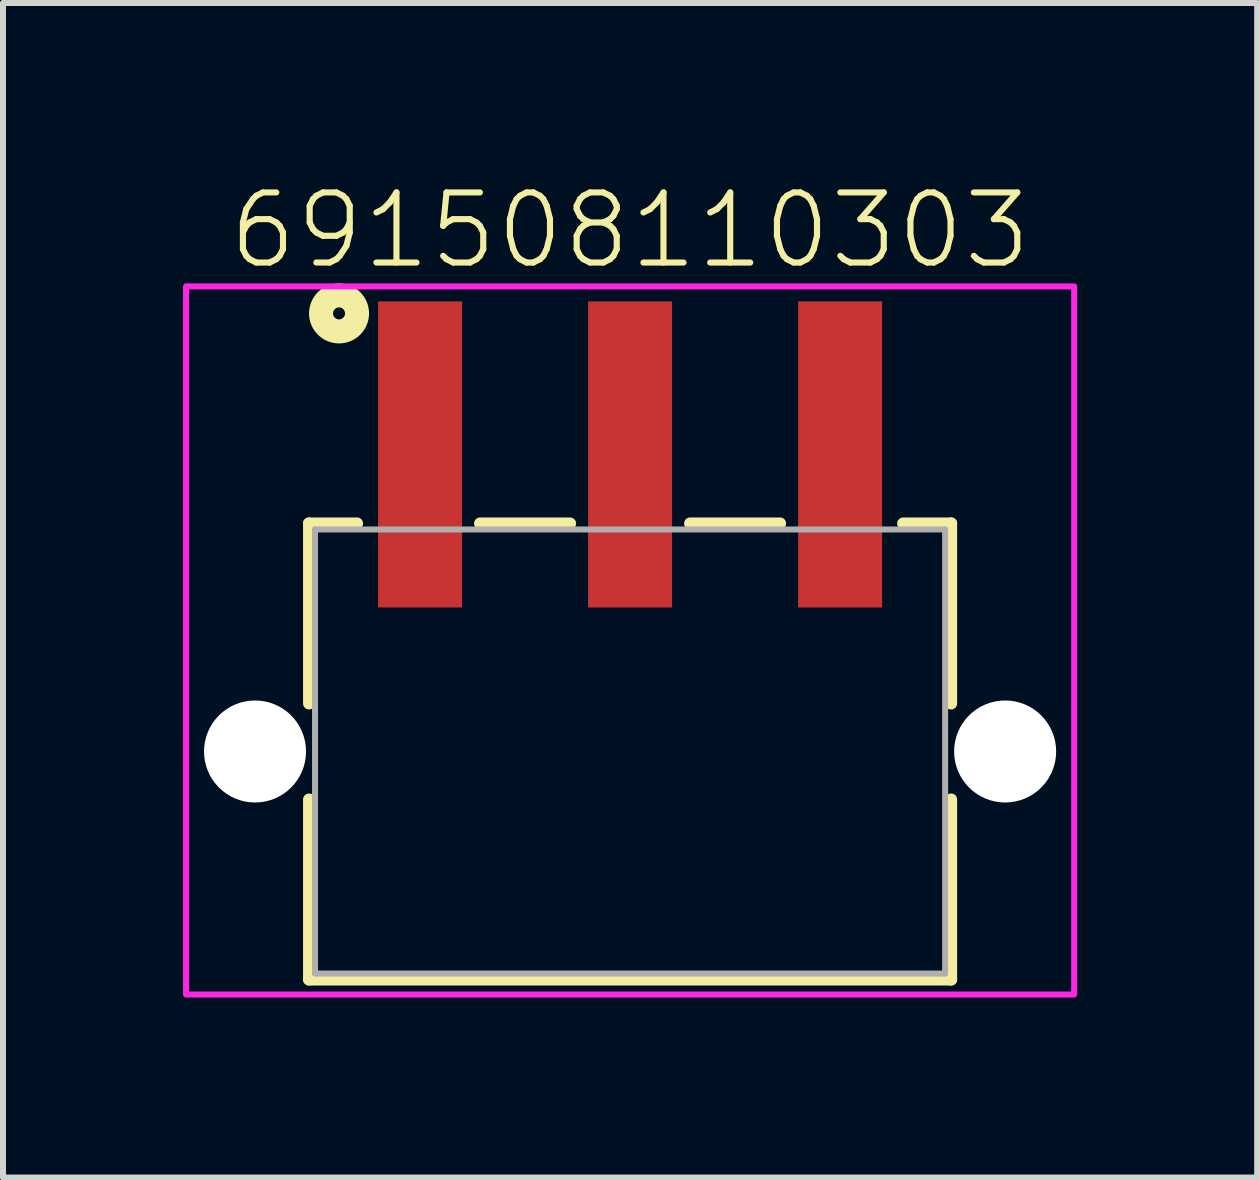
<source format=kicad_pcb>
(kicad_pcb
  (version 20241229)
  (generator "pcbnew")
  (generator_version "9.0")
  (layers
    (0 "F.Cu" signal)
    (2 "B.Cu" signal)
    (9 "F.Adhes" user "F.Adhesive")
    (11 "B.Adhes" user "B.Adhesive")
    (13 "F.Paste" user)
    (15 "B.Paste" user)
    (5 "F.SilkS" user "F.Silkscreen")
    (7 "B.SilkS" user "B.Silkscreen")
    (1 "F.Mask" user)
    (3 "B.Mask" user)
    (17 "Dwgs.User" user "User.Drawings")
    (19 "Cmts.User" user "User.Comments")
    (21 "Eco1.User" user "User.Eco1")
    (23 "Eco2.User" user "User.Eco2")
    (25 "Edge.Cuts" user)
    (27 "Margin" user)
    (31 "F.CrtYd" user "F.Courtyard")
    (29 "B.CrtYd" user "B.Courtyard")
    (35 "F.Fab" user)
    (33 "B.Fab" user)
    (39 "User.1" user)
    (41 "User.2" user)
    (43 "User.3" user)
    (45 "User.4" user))
  (footprint "691508110303"
    (layer "F.Cu")
    (at 7.45 9.473)
    (property "Reference" "691508110303" (at 0 -8 0) (layer "F.SilkS") (effects (font (size 1.168 1.168) (thickness 0.102)) (justify bottom)))
    (fp_line (start -5.35 -3.8) (end -4.55 -3.8) (stroke (width 0.2) (type solid)) (layer "F.SilkS"))
    (fp_line (start -5.35 -0.8) (end -5.35 -3.8) (stroke (width 0.2) (type solid)) (layer "F.SilkS"))
    (fp_line (start -5.35 3.8) (end -5.35 0.8) (stroke (width 0.2) (type solid)) (layer "F.SilkS"))
    (fp_line (start -2.5 -3.8) (end -1 -3.8) (stroke (width 0.2) (type solid)) (layer "F.SilkS"))
    (fp_line (start 1 -3.8) (end 2.5 -3.8) (stroke (width 0.2) (type solid)) (layer "F.SilkS"))
    (fp_line (start 4.55 -3.8) (end 5.35 -3.8) (stroke (width 0.2) (type solid)) (layer "F.SilkS"))
    (fp_line (start 5.35 -3.8) (end 5.35 -0.8) (stroke (width 0.2) (type solid)) (layer "F.SilkS"))
    (fp_line (start 5.35 0.8) (end 5.35 3.8) (stroke (width 0.2) (type solid)) (layer "F.SilkS"))
    (fp_line (start 5.35 3.8) (end -5.35 3.8) (stroke (width 0.2) (type solid)) (layer "F.SilkS"))
    (fp_circle (center -4.85 -7.3) (end -4.75 -7.3) (stroke (width 0.4) (type solid)) (fill no) (layer "F.SilkS"))
    (fp_poly (pts (xy 7.4 4.05) (xy -7.4 4.05) (xy -7.4 -7.75) (xy 7.4 -7.75)) (stroke (width 0.1) (type solid)) (fill no) (layer "F.CrtYd"))
    (fp_line (start -5.25 -3.7) (end 5.25 -3.7) (stroke (width 0.1) (type solid)) (layer "F.Fab"))
    (fp_line (start -5.25 3.7) (end -5.25 -3.7) (stroke (width 0.1) (type solid)) (layer "F.Fab"))
    (fp_line (start 5.25 -3.7) (end 5.25 3.7) (stroke (width 0.1) (type solid)) (layer "F.Fab"))
    (fp_line (start 5.25 3.7) (end -5.25 3.7) (stroke (width 0.1) (type solid)) (layer "F.Fab"))
    (pad "" np_thru_hole circle (at -6.25 0) (size 1.7 1.7) (drill 1.7) (layers "*.Cu" "*.Mask"))
    (pad "" np_thru_hole circle (at 6.25 0) (size 1.7 1.7) (drill 1.7) (layers "*.Cu" "*.Mask"))
    (pad "1" smd rect (at -3.5 -4.95) (size 1.4 5.1) (layers "F.Cu" "F.Mask" "F.Paste"))
    (pad "2" smd rect (at 0 -4.95) (size 1.4 5.1) (layers "F.Cu" "F.Mask" "F.Paste"))
    (pad "3" smd rect (at 3.5 -4.95) (size 1.4 5.1) (layers "F.Cu" "F.Mask" "F.Paste")))
  (gr_rect
    (start -3 -3)
    (end 17.9 16.573)
    (stroke (width 0.1) (type default))
    (fill no)
    (layer "Edge.Cuts")))
</source>
